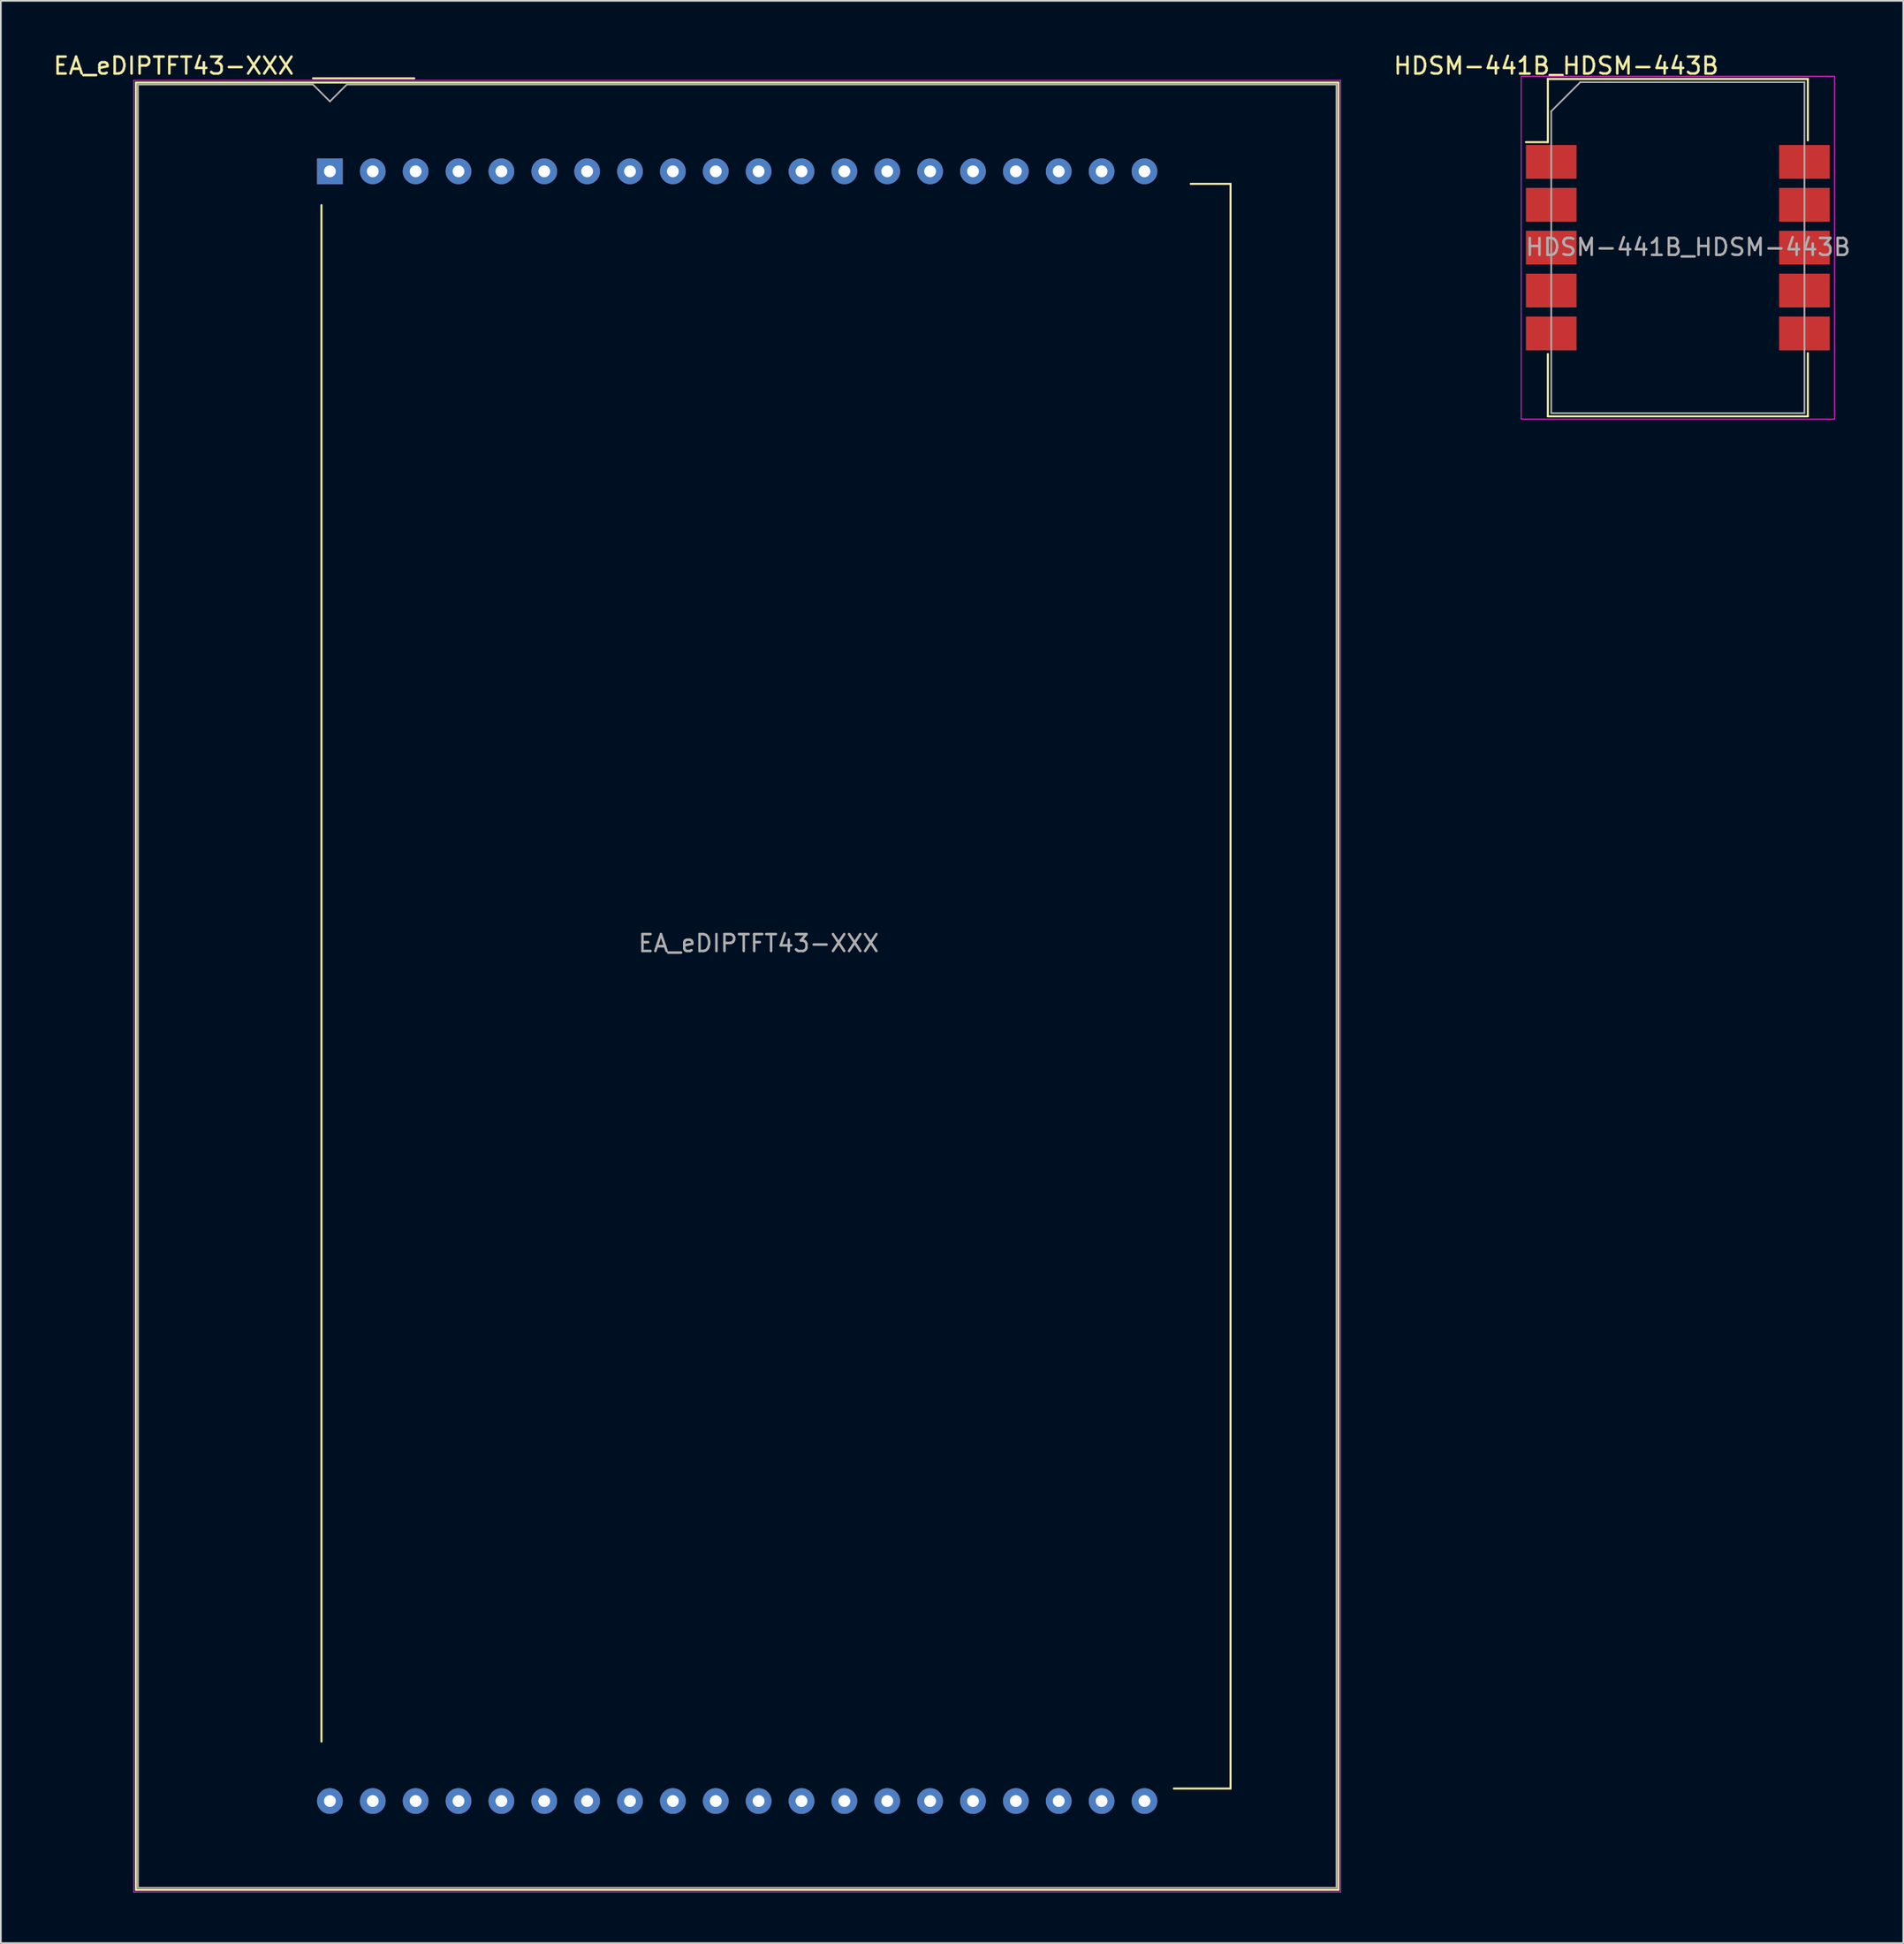
<source format=kicad_pcb>
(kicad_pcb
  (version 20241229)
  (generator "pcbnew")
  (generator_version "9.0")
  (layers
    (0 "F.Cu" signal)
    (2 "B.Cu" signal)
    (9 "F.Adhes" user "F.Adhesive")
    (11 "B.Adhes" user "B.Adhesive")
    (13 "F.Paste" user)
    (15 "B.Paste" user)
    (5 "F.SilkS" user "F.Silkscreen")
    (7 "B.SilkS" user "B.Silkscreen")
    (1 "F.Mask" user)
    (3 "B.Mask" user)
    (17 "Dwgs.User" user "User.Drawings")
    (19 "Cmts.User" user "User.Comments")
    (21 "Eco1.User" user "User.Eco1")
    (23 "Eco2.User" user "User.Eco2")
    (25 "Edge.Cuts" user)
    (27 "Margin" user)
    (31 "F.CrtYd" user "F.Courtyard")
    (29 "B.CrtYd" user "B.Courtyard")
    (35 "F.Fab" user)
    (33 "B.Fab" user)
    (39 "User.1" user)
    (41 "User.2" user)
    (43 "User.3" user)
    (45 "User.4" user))
  (footprint "HDSM-441B_HDSM-443B"
    (layer "F.Cu")
    (at 96.353 11.618)
    (property "Reference" "HDSM-441B_HDSM-443B" (at -7.21 -10.77 0) (layer "F.SilkS") (effects (font (size 1 1) (thickness 0.15))))
    (attr smd)
    (fp_line (start -9 -6.25) (end -7.7 -6.25) (stroke (width 0.12) (type solid)) (layer "F.SilkS"))
    (fp_line (start -7.7 -9.99) (end 7.7 -9.99) (stroke (width 0.12) (type solid)) (layer "F.SilkS"))
    (fp_line (start -7.7 -6.25) (end -7.7 -10) (stroke (width 0.12) (type solid)) (layer "F.SilkS"))
    (fp_line (start -7.7 6.3) (end -7.7 9.99) (stroke (width 0.12) (type solid)) (layer "F.SilkS"))
    (fp_line (start 7.7 -9.99) (end 7.7 -6.35) (stroke (width 0.12) (type solid)) (layer "F.SilkS"))
    (fp_line (start 7.7 6.25) (end 7.7 9.99) (stroke (width 0.12) (type solid)) (layer "F.SilkS"))
    (fp_line (start 7.7 9.99) (end -7.7 9.99) (stroke (width 0.12) (type solid)) (layer "F.SilkS"))
    (fp_line (start -9.28 -10.15) (end 9.28 -10.15) (stroke (width 0.05) (type solid)) (layer "F.CrtYd"))
    (fp_line (start -9.28 10.15) (end -9.28 -10.15) (stroke (width 0.05) (type solid)) (layer "F.CrtYd"))
    (fp_line (start 9.28 -10.15) (end 9.28 10.15) (stroke (width 0.05) (type solid)) (layer "F.CrtYd"))
    (fp_line (start 9.28 10.15) (end -9.28 10.15) (stroke (width 0.05) (type solid)) (layer "F.CrtYd"))
    (fp_line (start -7.5 -8.08) (end -7.5 9.8) (stroke (width 0.1) (type solid)) (layer "F.Fab"))
    (fp_line (start -7.5 -8.08) (end -5.78 -9.8) (stroke (width 0.1) (type solid)) (layer "F.Fab"))
    (fp_line (start 7.5 -9.8) (end -5.78 -9.8) (stroke (width 0.1) (type solid)) (layer "F.Fab"))
    (fp_line (start 7.5 -9.8) (end 7.5 9.8) (stroke (width 0.1) (type solid)) (layer "F.Fab"))
    (fp_line (start 7.5 9.8) (end -7.5 9.8) (stroke (width 0.1) (type solid)) (layer "F.Fab"))
    (fp_text user "${REFERENCE}" (at 0.61 -0.03 0) (layer "F.Fab") (effects (font (size 1 1) (thickness 0.15))))
    (pad "1" smd rect (at -7.5 -5.08 270) (size 2 3) (layers "F.Cu" "F.Mask" "F.Paste"))
    (pad "2" smd rect (at -7.5 -2.54 270) (size 2 3) (layers "F.Cu" "F.Mask" "F.Paste"))
    (pad "3" smd rect (at -7.5 0 270) (size 2 3) (layers "F.Cu" "F.Mask" "F.Paste"))
    (pad "4" smd rect (at -7.5 2.54 270) (size 2 3) (layers "F.Cu" "F.Mask" "F.Paste"))
    (pad "5" smd rect (at -7.5 5.08 270) (size 2 3) (layers "F.Cu" "F.Mask" "F.Paste"))
    (pad "6" smd rect (at 7.5 5.08 270) (size 2 3) (layers "F.Cu" "F.Mask" "F.Paste"))
    (pad "7" smd rect (at 7.5 2.54 270) (size 2 3) (layers "F.Cu" "F.Mask" "F.Paste"))
    (pad "8" smd rect (at 7.5 0 270) (size 2 3) (layers "F.Cu" "F.Mask" "F.Paste"))
    (pad "9" smd rect (at 7.5 -2.54 270) (size 2 3) (layers "F.Cu" "F.Mask" "F.Paste"))
    (pad "10" smd rect (at 7.5 -5.08 270) (size 2 3) (layers "F.Cu" "F.Mask" "F.Paste")))
  (footprint "EA_eDIPTFT43-XXX"
    (layer "F.Cu")
    (at 16.494 7.098)
    (property "Reference" "EA_eDIPTFT43-XXX" (at -9.25 -6.25 0) (layer "F.SilkS") (effects (font (size 1 1) (thickness 0.15))))
    (attr through_hole)
    (fp_line (start -11.49 -5.26) (end 59.75 -5.26) (stroke (width 0.12) (type solid)) (layer "F.SilkS"))
    (fp_line (start -11.49 101.78) (end -11.49 -5.26) (stroke (width 0.12) (type solid)) (layer "F.SilkS"))
    (fp_line (start -1 -5.51) (end 5 -5.51) (stroke (width 0.12) (type solid)) (layer "F.SilkS"))
    (fp_line (start -0.5 93) (end -0.5 2) (stroke (width 0.12) (type solid)) (layer "F.SilkS"))
    (fp_line (start 51 0.74) (end 53.36 0.74) (stroke (width 0.12) (type solid)) (layer "F.SilkS"))
    (fp_line (start 53.36 0.74) (end 53.36 95.78) (stroke (width 0.12) (type solid)) (layer "F.SilkS"))
    (fp_line (start 53.36 95.78) (end 50 95.78) (stroke (width 0.12) (type solid)) (layer "F.SilkS"))
    (fp_line (start 59.75 -5.26) (end 59.75 101.78) (stroke (width 0.12) (type solid)) (layer "F.SilkS"))
    (fp_line (start 59.75 101.78) (end -11.49 101.78) (stroke (width 0.12) (type solid)) (layer "F.SilkS"))
    (fp_line (start -11.62 -5.39) (end 59.88 -5.39) (stroke (width 0.05) (type solid)) (layer "F.CrtYd"))
    (fp_line (start -11.62 101.91) (end -11.62 -5.39) (stroke (width 0.05) (type solid)) (layer "F.CrtYd"))
    (fp_line (start 59.88 -5.39) (end 59.88 101.91) (stroke (width 0.05) (type solid)) (layer "F.CrtYd"))
    (fp_line (start 59.88 101.91) (end -11.62 101.91) (stroke (width 0.05) (type solid)) (layer "F.CrtYd"))
    (fp_line (start -11.37 -5.14) (end -1 -5.14) (stroke (width 0.1) (type solid)) (layer "F.Fab"))
    (fp_line (start -11.37 101.66) (end -11.37 -5.14) (stroke (width 0.1) (type solid)) (layer "F.Fab"))
    (fp_line (start -1 -5.14) (end 0 -4.14) (stroke (width 0.1) (type solid)) (layer "F.Fab"))
    (fp_line (start 0 -4.14) (end 1 -5.14) (stroke (width 0.1) (type solid)) (layer "F.Fab"))
    (fp_line (start 1 -5.14) (end 59.63 -5.14) (stroke (width 0.1) (type solid)) (layer "F.Fab"))
    (fp_line (start 59.63 -5.14) (end 59.63 101.66) (stroke (width 0.1) (type solid)) (layer "F.Fab"))
    (fp_line (start 59.63 101.66) (end -11.37 101.66) (stroke (width 0.1) (type solid)) (layer "F.Fab"))
    (fp_text user "${REFERENCE}" (at 25.4 45.72 0) (layer "F.Fab") (effects (font (size 1 1) (thickness 0.15))))
    (pad "1" thru_hole rect (at 0 0) (size 1.524 1.524) (drill 0.7) (layers "*.Cu" "*.Mask"))
    (pad "2" thru_hole circle (at 2.54 0) (size 1.524 1.524) (drill 0.7) (layers "*.Cu" "*.Mask"))
    (pad "3" thru_hole circle (at 5.08 0) (size 1.524 1.524) (drill 0.7) (layers "*.Cu" "*.Mask"))
    (pad "4" thru_hole circle (at 7.62 0) (size 1.524 1.524) (drill 0.7) (layers "*.Cu" "*.Mask"))
    (pad "5" thru_hole circle (at 10.16 0) (size 1.524 1.524) (drill 0.7) (layers "*.Cu" "*.Mask"))
    (pad "6" thru_hole circle (at 12.7 0) (size 1.524 1.524) (drill 0.7) (layers "*.Cu" "*.Mask"))
    (pad "7" thru_hole circle (at 15.24 0) (size 1.524 1.524) (drill 0.7) (layers "*.Cu" "*.Mask"))
    (pad "8" thru_hole circle (at 17.78 0) (size 1.524 1.524) (drill 0.7) (layers "*.Cu" "*.Mask"))
    (pad "9" thru_hole circle (at 20.32 0) (size 1.524 1.524) (drill 0.7) (layers "*.Cu" "*.Mask"))
    (pad "10" thru_hole circle (at 22.86 0) (size 1.524 1.524) (drill 0.7) (layers "*.Cu" "*.Mask"))
    (pad "11" thru_hole circle (at 25.4 0) (size 1.524 1.524) (drill 0.7) (layers "*.Cu" "*.Mask"))
    (pad "12" thru_hole circle (at 27.94 0) (size 1.524 1.524) (drill 0.7) (layers "*.Cu" "*.Mask"))
    (pad "13" thru_hole circle (at 30.48 0) (size 1.524 1.524) (drill 0.7) (layers "*.Cu" "*.Mask"))
    (pad "14" thru_hole circle (at 33.02 0) (size 1.524 1.524) (drill 0.7) (layers "*.Cu" "*.Mask"))
    (pad "15" thru_hole circle (at 35.56 0) (size 1.524 1.524) (drill 0.7) (layers "*.Cu" "*.Mask"))
    (pad "16" thru_hole circle (at 38.1 0) (size 1.524 1.524) (drill 0.7) (layers "*.Cu" "*.Mask"))
    (pad "17" thru_hole circle (at 40.64 0) (size 1.524 1.524) (drill 0.7) (layers "*.Cu" "*.Mask"))
    (pad "18" thru_hole circle (at 43.18 0) (size 1.524 1.524) (drill 0.7) (layers "*.Cu" "*.Mask"))
    (pad "19" thru_hole circle (at 45.72 0) (size 1.524 1.524) (drill 0.7) (layers "*.Cu" "*.Mask"))
    (pad "20" thru_hole circle (at 48.26 0) (size 1.524 1.524) (drill 0.7) (layers "*.Cu" "*.Mask"))
    (pad "21" thru_hole circle (at 48.26 96.52) (size 1.524 1.524) (drill 0.7) (layers "*.Cu" "*.Mask"))
    (pad "22" thru_hole circle (at 45.72 96.52) (size 1.524 1.524) (drill 0.7) (layers "*.Cu" "*.Mask"))
    (pad "23" thru_hole circle (at 43.18 96.52) (size 1.524 1.524) (drill 0.7) (layers "*.Cu" "*.Mask"))
    (pad "24" thru_hole circle (at 40.64 96.52) (size 1.524 1.524) (drill 0.7) (layers "*.Cu" "*.Mask"))
    (pad "25" thru_hole circle (at 38.1 96.52) (size 1.524 1.524) (drill 0.7) (layers "*.Cu" "*.Mask"))
    (pad "26" thru_hole circle (at 35.56 96.52) (size 1.524 1.524) (drill 0.7) (layers "*.Cu" "*.Mask"))
    (pad "27" thru_hole circle (at 33.02 96.52) (size 1.524 1.524) (drill 0.7) (layers "*.Cu" "*.Mask"))
    (pad "28" thru_hole circle (at 30.48 96.52) (size 1.524 1.524) (drill 0.7) (layers "*.Cu" "*.Mask"))
    (pad "29" thru_hole circle (at 27.94 96.52) (size 1.524 1.524) (drill 0.7) (layers "*.Cu" "*.Mask"))
    (pad "30" thru_hole circle (at 25.4 96.52) (size 1.524 1.524) (drill 0.7) (layers "*.Cu" "*.Mask"))
    (pad "31" thru_hole circle (at 22.86 96.52) (size 1.524 1.524) (drill 0.7) (layers "*.Cu" "*.Mask"))
    (pad "32" thru_hole circle (at 20.32 96.52) (size 1.524 1.524) (drill 0.7) (layers "*.Cu" "*.Mask"))
    (pad "33" thru_hole circle (at 17.78 96.52) (size 1.524 1.524) (drill 0.7) (layers "*.Cu" "*.Mask"))
    (pad "34" thru_hole circle (at 15.24 96.52) (size 1.524 1.524) (drill 0.7) (layers "*.Cu" "*.Mask"))
    (pad "35" thru_hole circle (at 12.7 96.52) (size 1.524 1.524) (drill 0.7) (layers "*.Cu" "*.Mask"))
    (pad "36" thru_hole circle (at 10.16 96.52) (size 1.524 1.524) (drill 0.7) (layers "*.Cu" "*.Mask"))
    (pad "37" thru_hole circle (at 7.62 96.52) (size 1.524 1.524) (drill 0.7) (layers "*.Cu" "*.Mask"))
    (pad "38" thru_hole circle (at 5.08 96.52) (size 1.524 1.524) (drill 0.7) (layers "*.Cu" "*.Mask"))
    (pad "39" thru_hole circle (at 2.54 96.52) (size 1.524 1.524) (drill 0.7) (layers "*.Cu" "*.Mask"))
    (pad "40" thru_hole circle (at 0 96.52) (size 1.524 1.524) (drill 0.7) (layers "*.Cu" "*.Mask")))
  (gr_rect
    (start -3 -3)
    (end 109.707 112.033)
    (stroke (width 0.1) (type default))
    (fill no)
    (layer "Edge.Cuts")))
</source>
